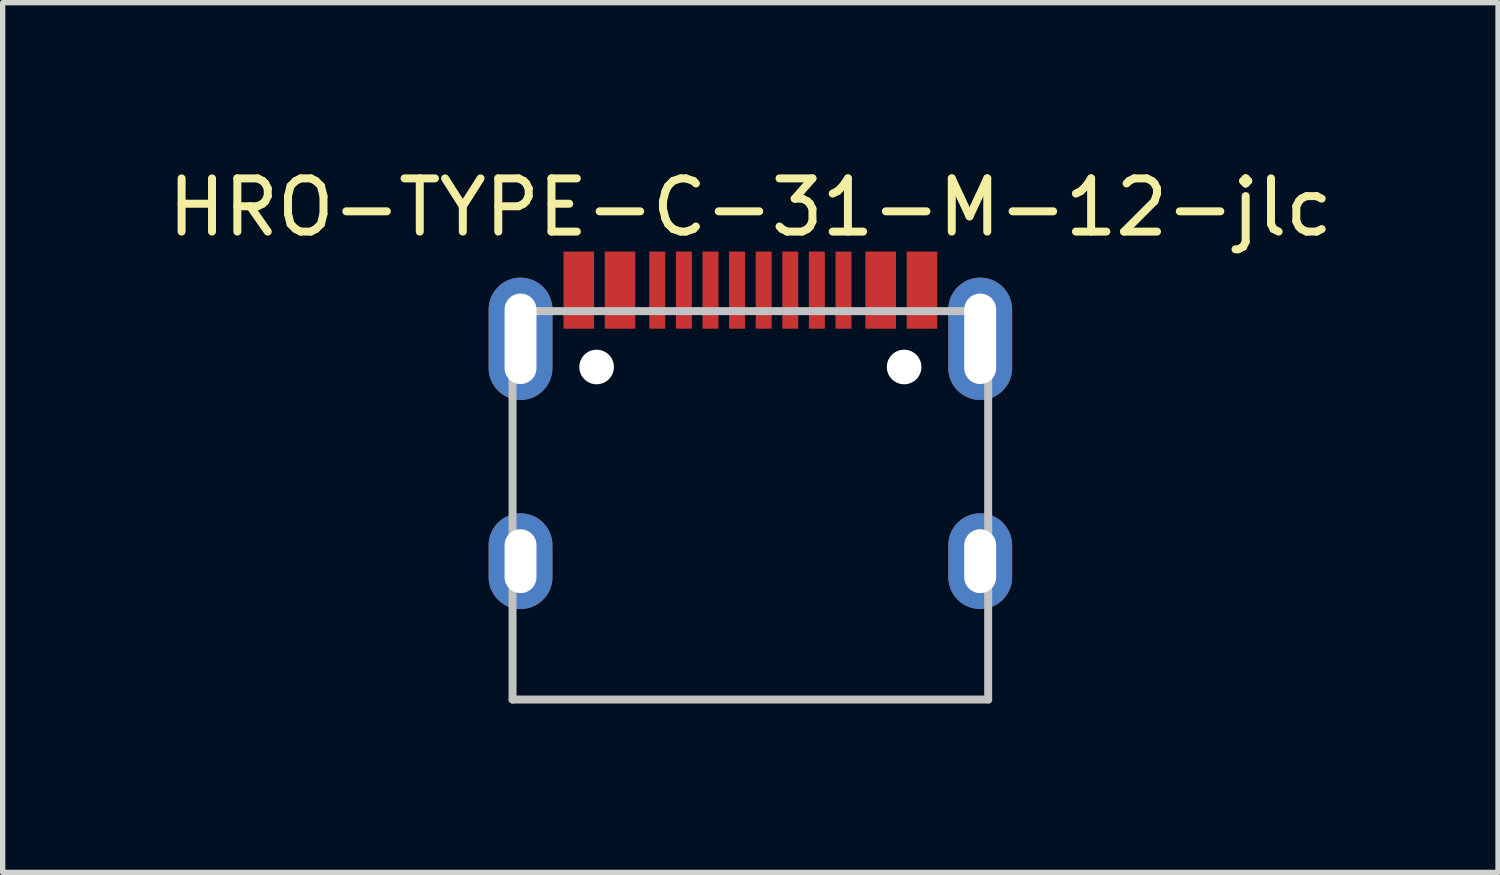
<source format=kicad_pcb>
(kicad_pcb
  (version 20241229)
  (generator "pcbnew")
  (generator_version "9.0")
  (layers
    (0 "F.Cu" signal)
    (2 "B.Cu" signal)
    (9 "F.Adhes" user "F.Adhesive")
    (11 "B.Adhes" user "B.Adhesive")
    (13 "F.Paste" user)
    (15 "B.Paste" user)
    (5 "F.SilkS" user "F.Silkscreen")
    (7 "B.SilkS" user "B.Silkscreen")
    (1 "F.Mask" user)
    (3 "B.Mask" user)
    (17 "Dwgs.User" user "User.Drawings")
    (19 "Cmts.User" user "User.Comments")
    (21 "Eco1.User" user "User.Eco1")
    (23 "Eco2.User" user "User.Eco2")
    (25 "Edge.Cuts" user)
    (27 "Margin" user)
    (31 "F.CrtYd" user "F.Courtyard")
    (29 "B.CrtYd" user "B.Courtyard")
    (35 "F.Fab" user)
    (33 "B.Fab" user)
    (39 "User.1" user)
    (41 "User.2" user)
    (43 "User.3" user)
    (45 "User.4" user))
  (footprint "HRO-TYPE-C-31-M-12-jlc"
    (layer "F.Cu")
    (at 11.054 10.098)
    (property "Reference" "HRO-TYPE-C-31-M-12-jlc" (at 0 -9.25 0) (layer "F.SilkS") (effects (font (size 1 1) (thickness 0.15))))
    (attr smd)
    (fp_line (start -4.47 -7.3) (end 4.47 -7.3) (stroke (width 0.15) (type solid)) (layer "Dwgs.User"))
    (fp_line (start -4.47 0) (end -4.47 -7.3) (stroke (width 0.15) (type solid)) (layer "Dwgs.User"))
    (fp_line (start -4.47 0) (end 4.47 0) (stroke (width 0.15) (type solid)) (layer "Dwgs.User"))
    (fp_line (start 4.47 0) (end 4.47 -7.3) (stroke (width 0.15) (type solid)) (layer "Dwgs.User"))
    (pad "" np_thru_hole circle (at -2.89 -6.25) (size 0.65 0.65) (drill 0.65) (layers "*.Cu" "*.Mask"))
    (pad "" np_thru_hole circle (at 2.89 -6.25) (size 0.65 0.65) (drill 0.65) (layers "*.Cu" "*.Mask"))
    (pad "1" smd rect (at -3.225 -7.695) (size 0.575 1.45) (layers "F.Cu" "F.Mask" "F.Paste"))
    (pad "2" smd rect (at -2.45 -7.695) (size 0.575 1.45) (layers "F.Cu" "F.Mask" "F.Paste"))
    (pad "3" smd rect (at -1.75 -7.695) (size 0.3 1.45) (layers "F.Cu" "F.Mask" "F.Paste"))
    (pad "4" smd rect (at -1.25 -7.695) (size 0.3 1.45) (layers "F.Cu" "F.Mask" "F.Paste"))
    (pad "5" smd rect (at -0.75 -7.695) (size 0.3 1.45) (layers "F.Cu" "F.Mask" "F.Paste"))
    (pad "6" smd rect (at -0.25 -7.695) (size 0.3 1.45) (layers "F.Cu" "F.Mask" "F.Paste"))
    (pad "7" smd rect (at 0.25 -7.695) (size 0.3 1.45) (layers "F.Cu" "F.Mask" "F.Paste"))
    (pad "8" smd rect (at 0.75 -7.695) (size 0.3 1.45) (layers "F.Cu" "F.Mask" "F.Paste"))
    (pad "9" smd rect (at 1.25 -7.695) (size 0.3 1.45) (layers "F.Cu" "F.Mask" "F.Paste"))
    (pad "10" smd rect (at 1.75 -7.695) (size 0.3 1.45) (layers "F.Cu" "F.Mask" "F.Paste"))
    (pad "11" smd rect (at 2.45 -7.695) (size 0.575 1.45) (layers "F.Cu" "F.Mask" "F.Paste"))
    (pad "12" smd rect (at 3.225 -7.695) (size 0.575 1.45) (layers "F.Cu" "F.Mask" "F.Paste"))
    (pad "13" thru_hole oval (at -4.32 -6.78) (size 1.2 2.3) (drill oval 0.6 1.7) (layers "*.Cu" "*.Mask"))
    (pad "13" thru_hole oval (at -4.32 -2.6) (size 1.2 1.8) (drill oval 0.6 1.2) (layers "*.Cu" "*.Mask"))
    (pad "13" thru_hole oval (at 4.32 -6.78) (size 1.2 2.3) (drill oval 0.6 1.7) (layers "*.Cu" "*.Mask"))
    (pad "13" thru_hole oval (at 4.32 -2.6) (size 1.2 1.8) (drill oval 0.6 1.2) (layers "*.Cu" "*.Mask")))
  (gr_rect
    (start -3 -3)
    (end 25.107 13.348)
    (stroke (width 0.1) (type default))
    (fill no)
    (layer "Edge.Cuts")))
</source>
